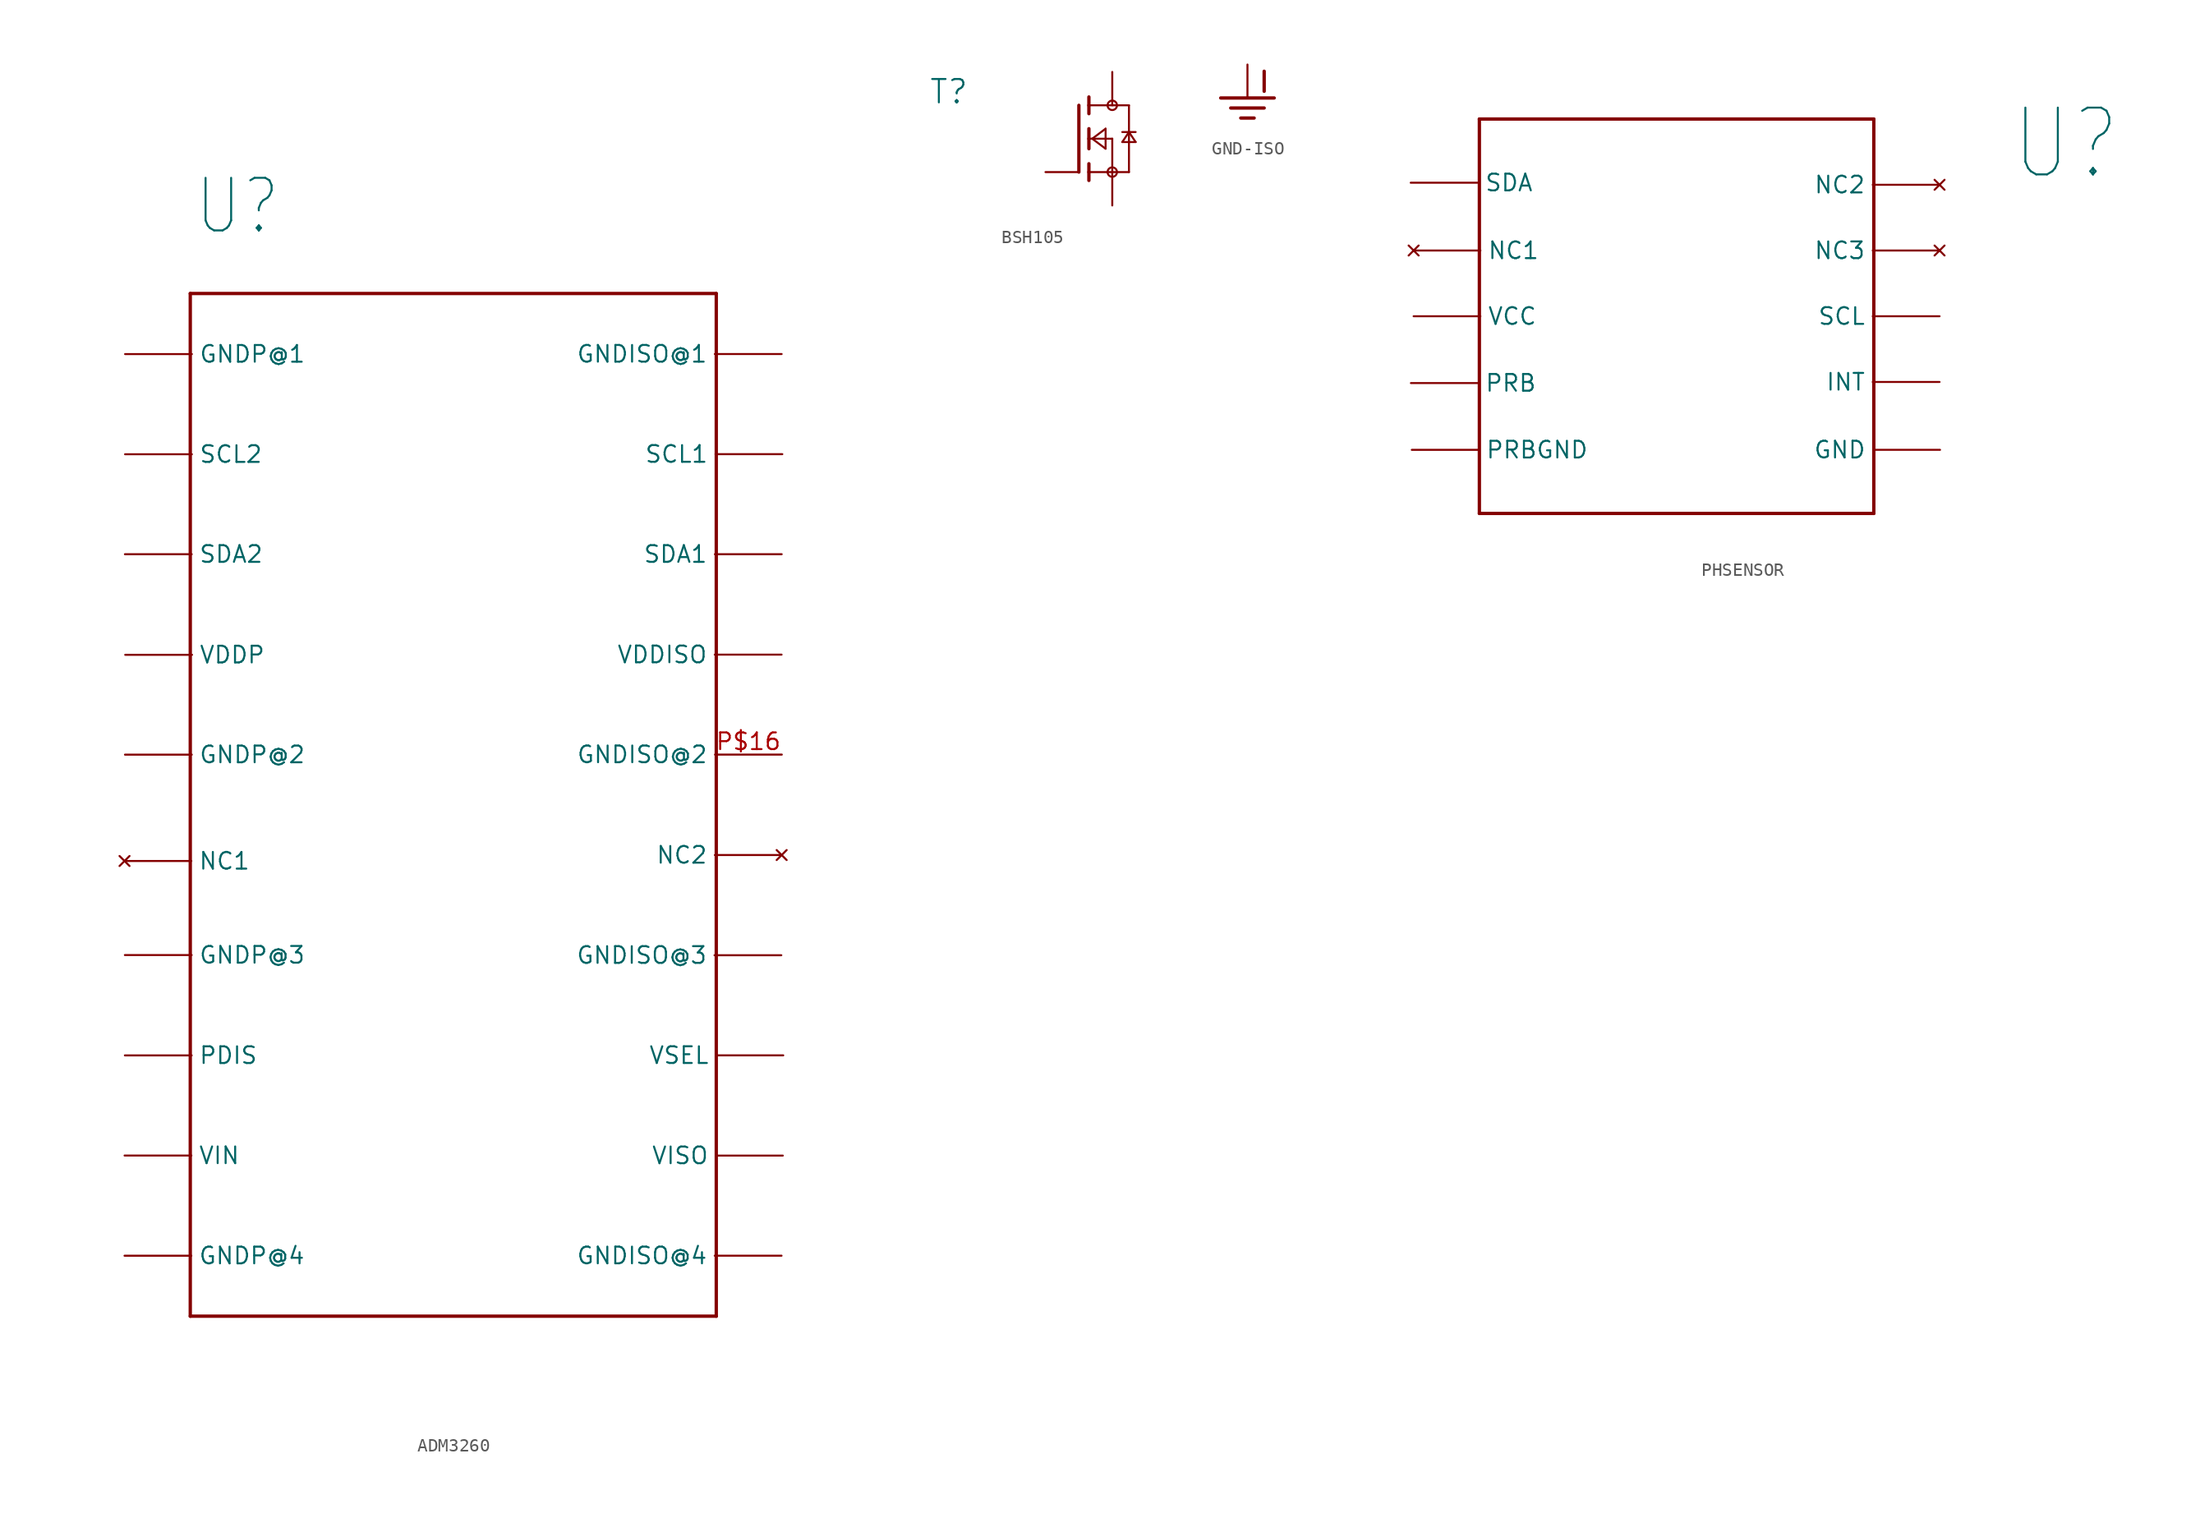
<source format=kicad_sym>
(kicad_symbol_lib
  (version 20231120)
  (generator "kicad_symbol_editor")
  (generator_version "8.0")
  (symbol "ADM3260"
    (property "Reference" "U"
      (at -19.746 49.542 0)
      (effects (font (size 4 3.4)) (justify left bottom)))
    (property "Value" ""
      (at -19.746 46.042 0)
      (effects (font (size 3 2.55)) (justify left bottom)))
    (property "ki_locked" ""
      (at 0 0 0)
      (effects (font (size 1.27 1.27))))
    (symbol "ADM3260_1_0"
      (polyline (pts (xy -20 -32.54) (xy -20 45.24)) (stroke (width 0.254) (type solid)) (fill (type none)))
      (polyline (pts (xy -20 45.24) (xy 20 45.24)) (stroke (width 0.254) (type solid)) (fill (type none)))
      (polyline (pts (xy 20 -32.54) (xy -20 -32.54)) (stroke (width 0.254) (type solid)) (fill (type none)))
      (polyline (pts (xy 20 45.24) (xy 20 -32.54)) (stroke (width 0.254) (type solid)) (fill (type none)))
      (pin power_in line (at -24.957 40.633 0) (length 5.08) (name "GNDP@1" (effects (font (size 1.27 1.27)))) (number "P$1" (effects (font (size 0 0)))))
      (pin power_in line (at -25 -27.94 0) (length 5.08) (name "GNDP@4" (effects (font (size 1.27 1.27)))) (number "P$10" (effects (font (size 0 0)))))
      (pin power_in line (at 24.963 -27.938 180) (length 5.08) (name "GNDISO@4" (effects (font (size 1.27 1.27)))) (number "P$11" (effects (font (size 0 0)))))
      (pin power_in line (at 25.059 -20.325 180) (length 5.08) (name "VISO" (effects (font (size 1.27 1.27)))) (number "P$12" (effects (font (size 0 0)))))
      (pin bidirectional line (at 25.093 -12.701 180) (length 5.08) (name "VSEL" (effects (font (size 1.27 1.27)))) (number "P$13" (effects (font (size 0 0)))))
      (pin power_in line (at 24.947 -5.087 180) (length 5.08) (name "GNDISO@3" (effects (font (size 1.27 1.27)))) (number "P$14" (effects (font (size 0 0)))))
      (pin no_connect line (at 24.973 2.533 180) (length 5.08) (name "NC2" (effects (font (size 1.27 1.27)))) (number "P$15" (effects (font (size 0 0)))))
      (pin power_in line (at 24.984 10.173 180) (length 5.08) (name "GNDISO@2" (effects (font (size 1.27 1.27)))) (number "P$16" (effects (font (size 1.27 1.27)))))
      (pin power_in line (at 24.965 17.775 180) (length 5.08) (name "VDDISO" (effects (font (size 1.27 1.27)))) (number "P$17" (effects (font (size 0 0)))))
      (pin bidirectional line (at 24.975 25.412 180) (length 5.08) (name "SDA1" (effects (font (size 1.27 1.27)))) (number "P$18" (effects (font (size 0 0)))))
      (pin bidirectional line (at 25.022 33.021 180) (length 5.08) (name "SCL1" (effects (font (size 1.27 1.27)))) (number "P$19" (effects (font (size 0 0)))))
      (pin bidirectional line (at -24.958 33.014 0) (length 5.08) (name "SCL2" (effects (font (size 1.27 1.27)))) (number "P$2" (effects (font (size 0 0)))))
      (pin power_in line (at 24.97 40.637 180) (length 5.08) (name "GNDISO@1" (effects (font (size 1.27 1.27)))) (number "P$20" (effects (font (size 0 0)))))
      (pin bidirectional line (at -24.971 25.412 0) (length 5.08) (name "SDA2" (effects (font (size 1.27 1.27)))) (number "P$3" (effects (font (size 0 0)))))
      (pin power_in line (at -24.947 17.762 0) (length 5.08) (name "VDDP" (effects (font (size 1.27 1.27)))) (number "P$4" (effects (font (size 0 0)))))
      (pin power_in line (at -24.966 10.169 0) (length 5.08) (name "GNDP@2" (effects (font (size 1.27 1.27)))) (number "P$5" (effects (font (size 0 0)))))
      (pin no_connect line (at -25 2.08 0) (length 5.08) (name "NC1" (effects (font (size 1.27 1.27)))) (number "P$6" (effects (font (size 0 0)))))
      (pin power_in line (at -24.974 -5.073 0) (length 5.08) (name "GNDP@3" (effects (font (size 1.27 1.27)))) (number "P$7" (effects (font (size 0 0)))))
      (pin bidirectional line (at -24.974 -12.704 0) (length 5.08) (name "PDIS" (effects (font (size 1.27 1.27)))) (number "P$8" (effects (font (size 0 0)))))
      (pin power_in line (at -24.996 -20.32 0) (length 5.08) (name "VIN" (effects (font (size 1.27 1.27)))) (number "P$9" (effects (font (size 0 0)))))))
  (symbol "BSH105"
    (property "Reference" "T"
      (at -11.43 2.54 0)
      (effects (font (size 1.778 1.778)) (justify left bottom)))
    (property "Value" ""
      (at -11.43 0 0)
      (effects (font (size 1.778 1.778)) (justify left bottom)))
    (property "ki_locked" ""
      (at 0 0 0)
      (effects (font (size 1.27 1.27))))
    (symbol "BSH105_1_0"
      (polyline (pts (xy 0 2.54) (xy 0 -2.54)) (stroke (width 0.254) (type solid)) (fill (type none)))
      (polyline (pts (xy 0.762 -2.54) (xy 0.762 -3.175)) (stroke (width 0.254) (type solid)) (fill (type none)))
      (polyline (pts (xy 0.762 -1.905) (xy 0.762 -2.54)) (stroke (width 0.254) (type solid)) (fill (type none)))
      (polyline (pts (xy 0.762 0) (xy 0.762 -0.762)) (stroke (width 0.254) (type solid)) (fill (type none)))
      (polyline (pts (xy 0.762 0) (xy 2.54 0)) (stroke (width 0.152) (type solid)) (fill (type none)))
      (polyline (pts (xy 0.762 0.762) (xy 0.762 0)) (stroke (width 0.254) (type solid)) (fill (type none)))
      (polyline (pts (xy 0.762 2.54) (xy 0.762 1.905)) (stroke (width 0.254) (type solid)) (fill (type none)))
      (polyline (pts (xy 0.762 2.54) (xy 3.81 2.54)) (stroke (width 0.152) (type solid)) (fill (type none)))
      (polyline (pts (xy 0.762 3.175) (xy 0.762 2.54)) (stroke (width 0.254) (type solid)) (fill (type none)))
      (polyline (pts (xy 1.016 0) (xy 2.032 0.762)) (stroke (width 0.152) (type solid)) (fill (type none)))
      (polyline (pts (xy 2.032 -0.762) (xy 1.016 0)) (stroke (width 0.152) (type solid)) (fill (type none)))
      (polyline (pts (xy 2.032 0.762) (xy 2.032 -0.762)) (stroke (width 0.152) (type solid)) (fill (type none)))
      (polyline (pts (xy 2.54 -2.54) (xy 0.762 -2.54)) (stroke (width 0.152) (type solid)) (fill (type none)))
      (polyline (pts (xy 2.54 -2.54) (xy 3.81 -2.54)) (stroke (width 0.152) (type solid)) (fill (type none)))
      (polyline (pts (xy 2.54 0) (xy 2.54 -2.54)) (stroke (width 0.152) (type solid)) (fill (type none)))
      (polyline (pts (xy 3.302 -0.254) (xy 4.318 -0.254)) (stroke (width 0.152) (type solid)) (fill (type none)))
      (polyline (pts (xy 3.81 0.508) (xy 3.302 -0.254)) (stroke (width 0.152) (type solid)) (fill (type none)))
      (polyline (pts (xy 3.81 0.508) (xy 3.302 0.508)) (stroke (width 0.152) (type solid)) (fill (type none)))
      (polyline (pts (xy 3.81 0.508) (xy 3.81 -2.54)) (stroke (width 0.152) (type solid)) (fill (type none)))
      (polyline (pts (xy 3.81 2.54) (xy 3.81 0.508)) (stroke (width 0.152) (type solid)) (fill (type none)))
      (polyline (pts (xy 4.318 -0.254) (xy 3.81 0.508)) (stroke (width 0.152) (type solid)) (fill (type none)))
      (polyline (pts (xy 4.318 0.508) (xy 3.81 0.508)) (stroke (width 0.152) (type solid)) (fill (type none)))
      (circle (center 2.54 -2.54) (radius 0.359) (stroke (width 0) (type solid)) (fill (type none)))
      (circle (center 2.54 2.54) (radius 0.359) (stroke (width 0) (type solid)) (fill (type none)))
      (pin passive line (at -2.54 -2.54 0) (length 2.54) (name "G" (effects (font (size 0 0)))) (number "1" (effects (font (size 0 0)))))
      (pin passive line (at 2.54 -5.08 90) (length 2.54) (name "S" (effects (font (size 0 0)))) (number "2" (effects (font (size 0 0)))))
      (pin passive line (at 2.54 5.08 270) (length 2.54) (name "D" (effects (font (size 0 0)))) (number "3" (effects (font (size 0 0)))))))
  (symbol "GND-ISO"
    (power)
    (property "Reference" "#GND-ISO"
      (at 0 0 0)
      (effects (font (size 1.27 1.27)) (hide yes)))
    (property "Value" ""
      (at 0 -1.778 0)
      (effects (font (size 1.778 1.511)) (justify top)))
    (property "ki_locked" ""
      (at 0 0 0)
      (effects (font (size 1.27 1.27))))
    (symbol "GND-ISO_1_0"
      (polyline (pts (xy -2.032 0) (xy 2.032 0)) (stroke (width 0.254) (type solid)) (fill (type none)))
      (polyline (pts (xy -1.27 -0.762) (xy 1.27 -0.762)) (stroke (width 0.254) (type solid)) (fill (type none)))
      (polyline (pts (xy -0.508 -1.524) (xy 0.508 -1.524)) (stroke (width 0.254) (type solid)) (fill (type none)))
      (polyline (pts (xy 1.27 2.032) (xy 1.27 0.508)) (stroke (width 0.254) (type solid)) (fill (type none)))
      (pin power_in line (at 0 2.54 270) (length 2.54) (name "GND-ISO" (effects (font (size 0 0)))) (number "1" (effects (font (size 0 0)))))))
  (symbol "PHSENSOR"
    (property "Reference" "U"
      (at 25.4 10.16 0)
      (effects (font (size 5.08 4.318)) (justify left bottom)))
    (property "Value" ""
      (at 25.4 5.08 0)
      (effects (font (size 2.54 2.159)) (justify left bottom)))
    (property "ki_locked" ""
      (at 0 0 0)
      (effects (font (size 1.27 1.27))))
    (symbol "PHSENSOR_1_0"
      (polyline (pts (xy -15 -15) (xy 15 -15)) (stroke (width 0.254) (type solid)) (fill (type none)))
      (polyline (pts (xy -15 15) (xy -15 -15)) (stroke (width 0.254) (type solid)) (fill (type none)))
      (polyline (pts (xy 15 -15) (xy 15 15)) (stroke (width 0.254) (type solid)) (fill (type none)))
      (polyline (pts (xy 15 15) (xy -15 15)) (stroke (width 0.254) (type solid)) (fill (type none)))
      (pin bidirectional line (at -20.222 10.156 0) (length 5.08) (name "SDA" (effects (font (size 1.27 1.27)))) (number "P$1" (effects (font (size 0 0)))))
      (pin no_connect line (at 20 10 180) (length 5.08) (name "NC2" (effects (font (size 1.27 1.27)))) (number "P$10" (effects (font (size 0 0)))))
      (pin no_connect line (at -20 5 0) (length 5.08) (name "NC1" (effects (font (size 1.27 1.27)))) (number "P$2" (effects (font (size 0 0)))))
      (pin power_in line (at -20 0 0) (length 5.08) (name "VCC" (effects (font (size 1.27 1.27)))) (number "P$3" (effects (font (size 0 0)))))
      (pin bidirectional line (at -20.206 -5.083 0) (length 5.08) (name "PRB" (effects (font (size 1.27 1.27)))) (number "P$4" (effects (font (size 0 0)))))
      (pin bidirectional line (at -20.14 -10.163 0) (length 5.08) (name "PRBGND" (effects (font (size 1.27 1.27)))) (number "P$5" (effects (font (size 0 0)))))
      (pin power_in line (at 20.036 -10.161 180) (length 5.08) (name "GND" (effects (font (size 1.27 1.27)))) (number "P$6" (effects (font (size 0 0)))))
      (pin bidirectional line (at 20 -5 180) (length 5.08) (name "INT" (effects (font (size 1.27 1.27)))) (number "P$7" (effects (font (size 0 0)))))
      (pin bidirectional line (at 20 0 180) (length 5.08) (name "SCL" (effects (font (size 1.27 1.27)))) (number "P$8" (effects (font (size 0 0)))))
      (pin no_connect line (at 20 5 180) (length 5.08) (name "NC3" (effects (font (size 1.27 1.27)))) (number "P$9" (effects (font (size 0 0))))))))
</source>
